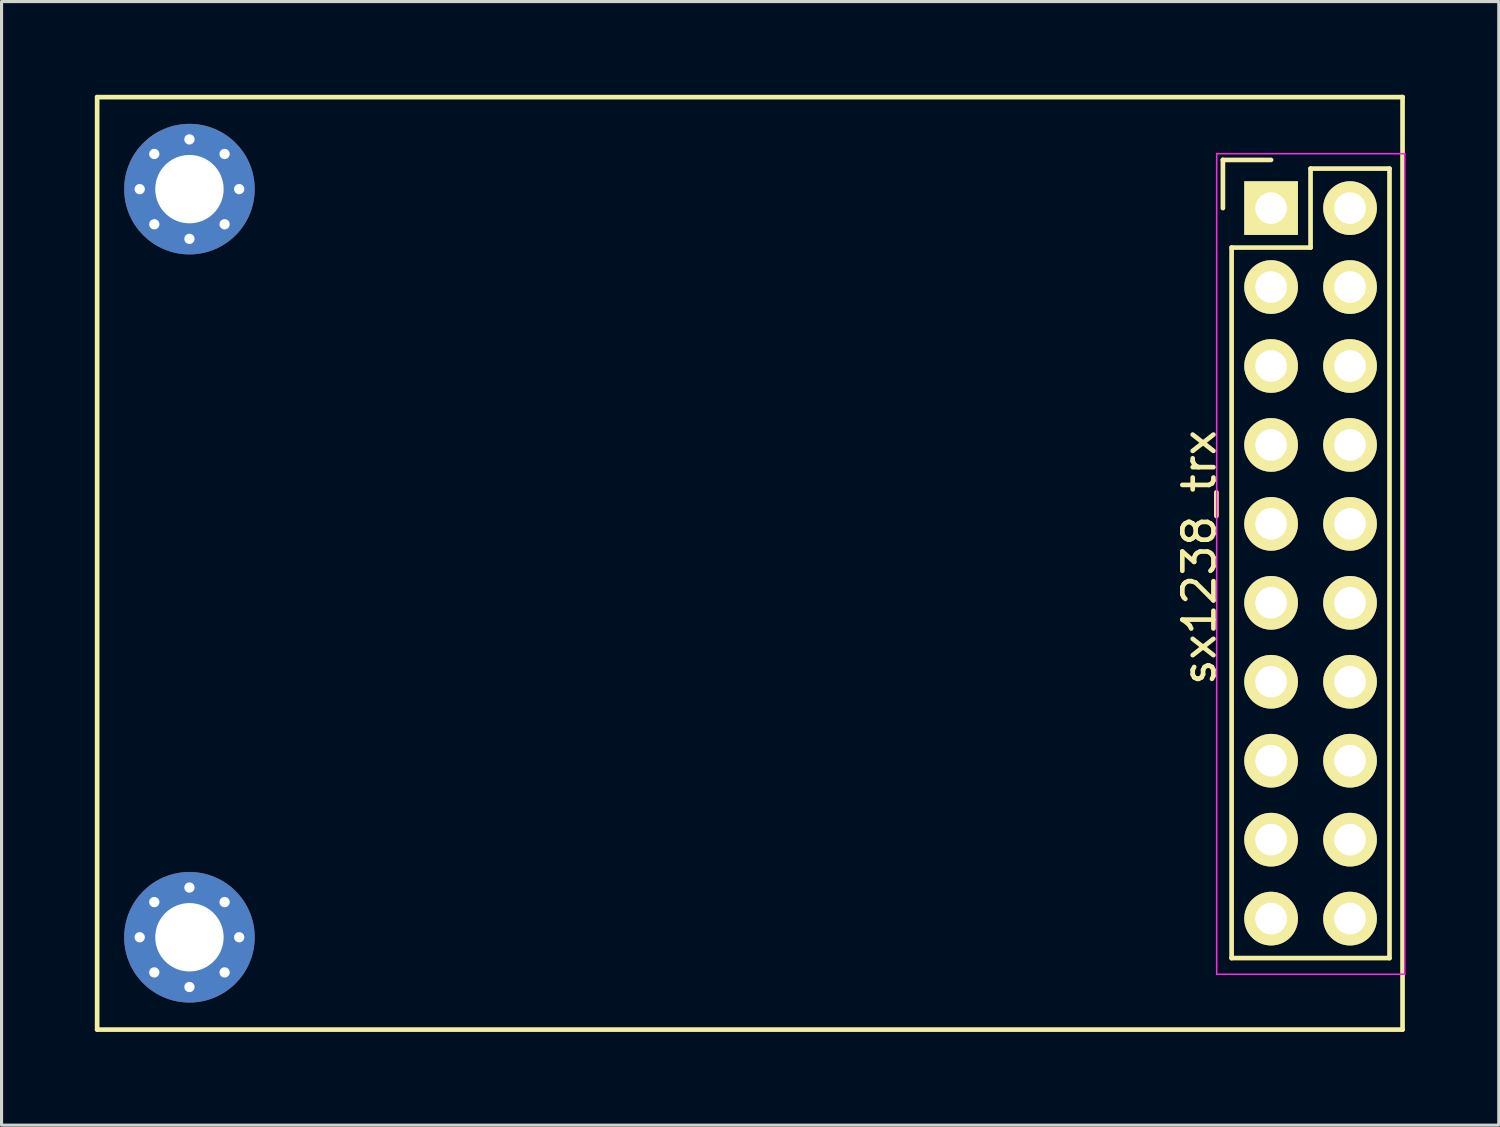
<source format=kicad_pcb>
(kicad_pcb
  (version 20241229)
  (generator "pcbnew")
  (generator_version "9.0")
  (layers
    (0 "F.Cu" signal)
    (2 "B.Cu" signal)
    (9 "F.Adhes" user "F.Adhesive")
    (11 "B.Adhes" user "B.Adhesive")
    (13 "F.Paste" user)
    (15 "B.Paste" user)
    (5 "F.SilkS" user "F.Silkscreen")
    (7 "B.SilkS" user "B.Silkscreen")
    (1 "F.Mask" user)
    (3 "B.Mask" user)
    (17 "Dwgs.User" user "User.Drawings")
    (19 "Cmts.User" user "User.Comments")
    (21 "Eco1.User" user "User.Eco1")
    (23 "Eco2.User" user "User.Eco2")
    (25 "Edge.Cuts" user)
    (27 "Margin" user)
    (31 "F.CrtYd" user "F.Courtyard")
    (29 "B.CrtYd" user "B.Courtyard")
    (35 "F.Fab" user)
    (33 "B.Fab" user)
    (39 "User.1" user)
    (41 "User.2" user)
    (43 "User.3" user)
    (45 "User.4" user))
  (footprint "sx1238_trx"
    (layer "F.Cu")
    (at 37.845 3.645)
    (property "Reference" "sx1238_trx" (at -2.31 11.24 90) (layer "F.SilkS") (effects (font (size 1 1) (thickness 0.15))))
    (attr through_hole)
    (fp_line (start -37.77 -3.57) (end 4.23 -3.57) (stroke (width 0.15) (type solid)) (layer "F.SilkS"))
    (fp_line (start -37.77 26.43) (end -37.77 -3.57) (stroke (width 0.15) (type solid)) (layer "F.SilkS"))
    (fp_line (start -1.55 -1.55) (end -1.55 0) (stroke (width 0.15) (type solid)) (layer "F.SilkS"))
    (fp_line (start -1.27 1.27) (end -1.27 24.13) (stroke (width 0.15) (type solid)) (layer "F.SilkS"))
    (fp_line (start 0 -1.55) (end -1.55 -1.55) (stroke (width 0.15) (type solid)) (layer "F.SilkS"))
    (fp_line (start 1.27 -1.27) (end 1.27 1.27) (stroke (width 0.15) (type solid)) (layer "F.SilkS"))
    (fp_line (start 1.27 1.27) (end -1.27 1.27) (stroke (width 0.15) (type solid)) (layer "F.SilkS"))
    (fp_line (start 3.81 -1.27) (end 1.27 -1.27) (stroke (width 0.15) (type solid)) (layer "F.SilkS"))
    (fp_line (start 3.81 24.13) (end -1.27 24.13) (stroke (width 0.15) (type solid)) (layer "F.SilkS"))
    (fp_line (start 3.81 24.13) (end 3.81 -1.27) (stroke (width 0.15) (type solid)) (layer "F.SilkS"))
    (fp_line (start 4.23 -3.57) (end 4.23 -3.57) (stroke (width 0.15) (type solid)) (layer "F.SilkS"))
    (fp_line (start 4.23 -3.57) (end 4.23 26.43) (stroke (width 0.15) (type solid)) (layer "F.SilkS"))
    (fp_line (start 4.23 26.43) (end -37.77 26.43) (stroke (width 0.15) (type solid)) (layer "F.SilkS"))
    (fp_line (start -1.75 -1.75) (end -1.75 24.65) (stroke (width 0.05) (type solid)) (layer "F.CrtYd"))
    (fp_line (start -1.75 -1.75) (end 4.3 -1.75) (stroke (width 0.05) (type solid)) (layer "F.CrtYd"))
    (fp_line (start -1.75 24.65) (end 4.3 24.65) (stroke (width 0.05) (type solid)) (layer "F.CrtYd"))
    (fp_line (start 4.3 -1.75) (end 4.3 24.65) (stroke (width 0.05) (type solid)) (layer "F.CrtYd"))
    (pad "1" thru_hole circle (at -36.4 -0.61) (size 0.635 0.635) (drill 0.33) (layers "*.Cu" "*.Mask"))
    (pad "1" thru_hole circle (at -36.4 23.46) (size 0.635 0.635) (drill 0.33) (layers "*.Cu" "*.Mask"))
    (pad "1" thru_hole circle (at -35.931 -1.741) (size 0.635 0.635) (drill 0.33) (layers "*.Cu" "*.Mask"))
    (pad "1" thru_hole circle (at -35.931 0.521) (size 0.635 0.635) (drill 0.33) (layers "*.Cu" "*.Mask"))
    (pad "1" thru_hole circle (at -35.931 22.329) (size 0.635 0.635) (drill 0.33) (layers "*.Cu" "*.Mask"))
    (pad "1" thru_hole circle (at -35.931 24.591) (size 0.635 0.635) (drill 0.33) (layers "*.Cu" "*.Mask"))
    (pad "1" thru_hole circle (at -34.8 -2.21) (size 0.635 0.635) (drill 0.33) (layers "*.Cu" "*.Mask"))
    (pad "1" thru_hole circle (at -34.8 -0.61) (size 4.2 4.2) (drill 2.2) (layers "*.Cu" "*.Mask"))
    (pad "1" thru_hole circle (at -34.8 0.99) (size 0.635 0.635) (drill 0.33) (layers "*.Cu" "*.Mask"))
    (pad "1" thru_hole circle (at -34.8 21.86) (size 0.635 0.635) (drill 0.33) (layers "*.Cu" "*.Mask"))
    (pad "1" thru_hole circle (at -34.8 23.46) (size 4.2 4.2) (drill 2.2) (layers "*.Cu" "*.Mask"))
    (pad "1" thru_hole circle (at -34.8 25.06) (size 0.635 0.635) (drill 0.33) (layers "*.Cu" "*.Mask"))
    (pad "1" thru_hole circle (at -33.669 -1.741) (size 0.635 0.635) (drill 0.33) (layers "*.Cu" "*.Mask"))
    (pad "1" thru_hole circle (at -33.669 0.521) (size 0.635 0.635) (drill 0.33) (layers "*.Cu" "*.Mask"))
    (pad "1" thru_hole circle (at -33.669 22.329) (size 0.635 0.635) (drill 0.33) (layers "*.Cu" "*.Mask"))
    (pad "1" thru_hole circle (at -33.669 24.591) (size 0.635 0.635) (drill 0.33) (layers "*.Cu" "*.Mask"))
    (pad "1" thru_hole circle (at -33.2 -0.61) (size 0.635 0.635) (drill 0.33) (layers "*.Cu" "*.Mask"))
    (pad "1" thru_hole circle (at -33.2 23.46) (size 0.635 0.635) (drill 0.33) (layers "*.Cu" "*.Mask"))
    (pad "1" thru_hole rect (at 0 0) (size 1.727 1.727) (drill 1.016) (layers "*.Cu" "*.Mask" "F.SilkS"))
    (pad "2" thru_hole oval (at 2.54 0) (size 1.727 1.727) (drill 1.016) (layers "*.Cu" "*.Mask" "F.SilkS"))
    (pad "3" thru_hole oval (at 0 2.54) (size 1.727 1.727) (drill 1.016) (layers "*.Cu" "*.Mask" "F.SilkS"))
    (pad "4" thru_hole oval (at 2.54 2.54) (size 1.727 1.727) (drill 1.016) (layers "*.Cu" "*.Mask" "F.SilkS"))
    (pad "5" thru_hole oval (at 0 5.08) (size 1.727 1.727) (drill 1.016) (layers "*.Cu" "*.Mask" "F.SilkS"))
    (pad "6" thru_hole oval (at 2.54 5.08) (size 1.727 1.727) (drill 1.016) (layers "*.Cu" "*.Mask" "F.SilkS"))
    (pad "7" thru_hole oval (at 0 7.62) (size 1.727 1.727) (drill 1.016) (layers "*.Cu" "*.Mask" "F.SilkS"))
    (pad "8" thru_hole oval (at 2.54 7.62) (size 1.727 1.727) (drill 1.016) (layers "*.Cu" "*.Mask" "F.SilkS"))
    (pad "9" thru_hole oval (at 0 10.16) (size 1.727 1.727) (drill 1.016) (layers "*.Cu" "*.Mask" "F.SilkS"))
    (pad "10" thru_hole oval (at 2.54 10.16) (size 1.727 1.727) (drill 1.016) (layers "*.Cu" "*.Mask" "F.SilkS"))
    (pad "11" thru_hole oval (at 0 12.7) (size 1.727 1.727) (drill 1.016) (layers "*.Cu" "*.Mask" "F.SilkS"))
    (pad "12" thru_hole oval (at 2.54 12.7) (size 1.727 1.727) (drill 1.016) (layers "*.Cu" "*.Mask" "F.SilkS"))
    (pad "13" thru_hole oval (at 0 15.24) (size 1.727 1.727) (drill 1.016) (layers "*.Cu" "*.Mask" "F.SilkS"))
    (pad "14" thru_hole oval (at 2.54 15.24) (size 1.727 1.727) (drill 1.016) (layers "*.Cu" "*.Mask" "F.SilkS"))
    (pad "15" thru_hole oval (at 0 17.78) (size 1.727 1.727) (drill 1.016) (layers "*.Cu" "*.Mask" "F.SilkS"))
    (pad "16" thru_hole oval (at 2.54 17.78) (size 1.727 1.727) (drill 1.016) (layers "*.Cu" "*.Mask" "F.SilkS"))
    (pad "17" thru_hole oval (at 0 20.32) (size 1.727 1.727) (drill 1.016) (layers "*.Cu" "*.Mask" "F.SilkS"))
    (pad "18" thru_hole oval (at 2.54 20.32) (size 1.727 1.727) (drill 1.016) (layers "*.Cu" "*.Mask" "F.SilkS"))
    (pad "19" thru_hole oval (at 0 22.86) (size 1.727 1.727) (drill 1.016) (layers "*.Cu" "*.Mask" "F.SilkS"))
    (pad "20" thru_hole oval (at 2.54 22.86) (size 1.727 1.727) (drill 1.016) (layers "*.Cu" "*.Mask" "F.SilkS")))
  (gr_rect
    (start -3 -3)
    (end 45.17 33.15)
    (stroke (width 0.1) (type default))
    (fill no)
    (layer "Edge.Cuts")))
</source>
